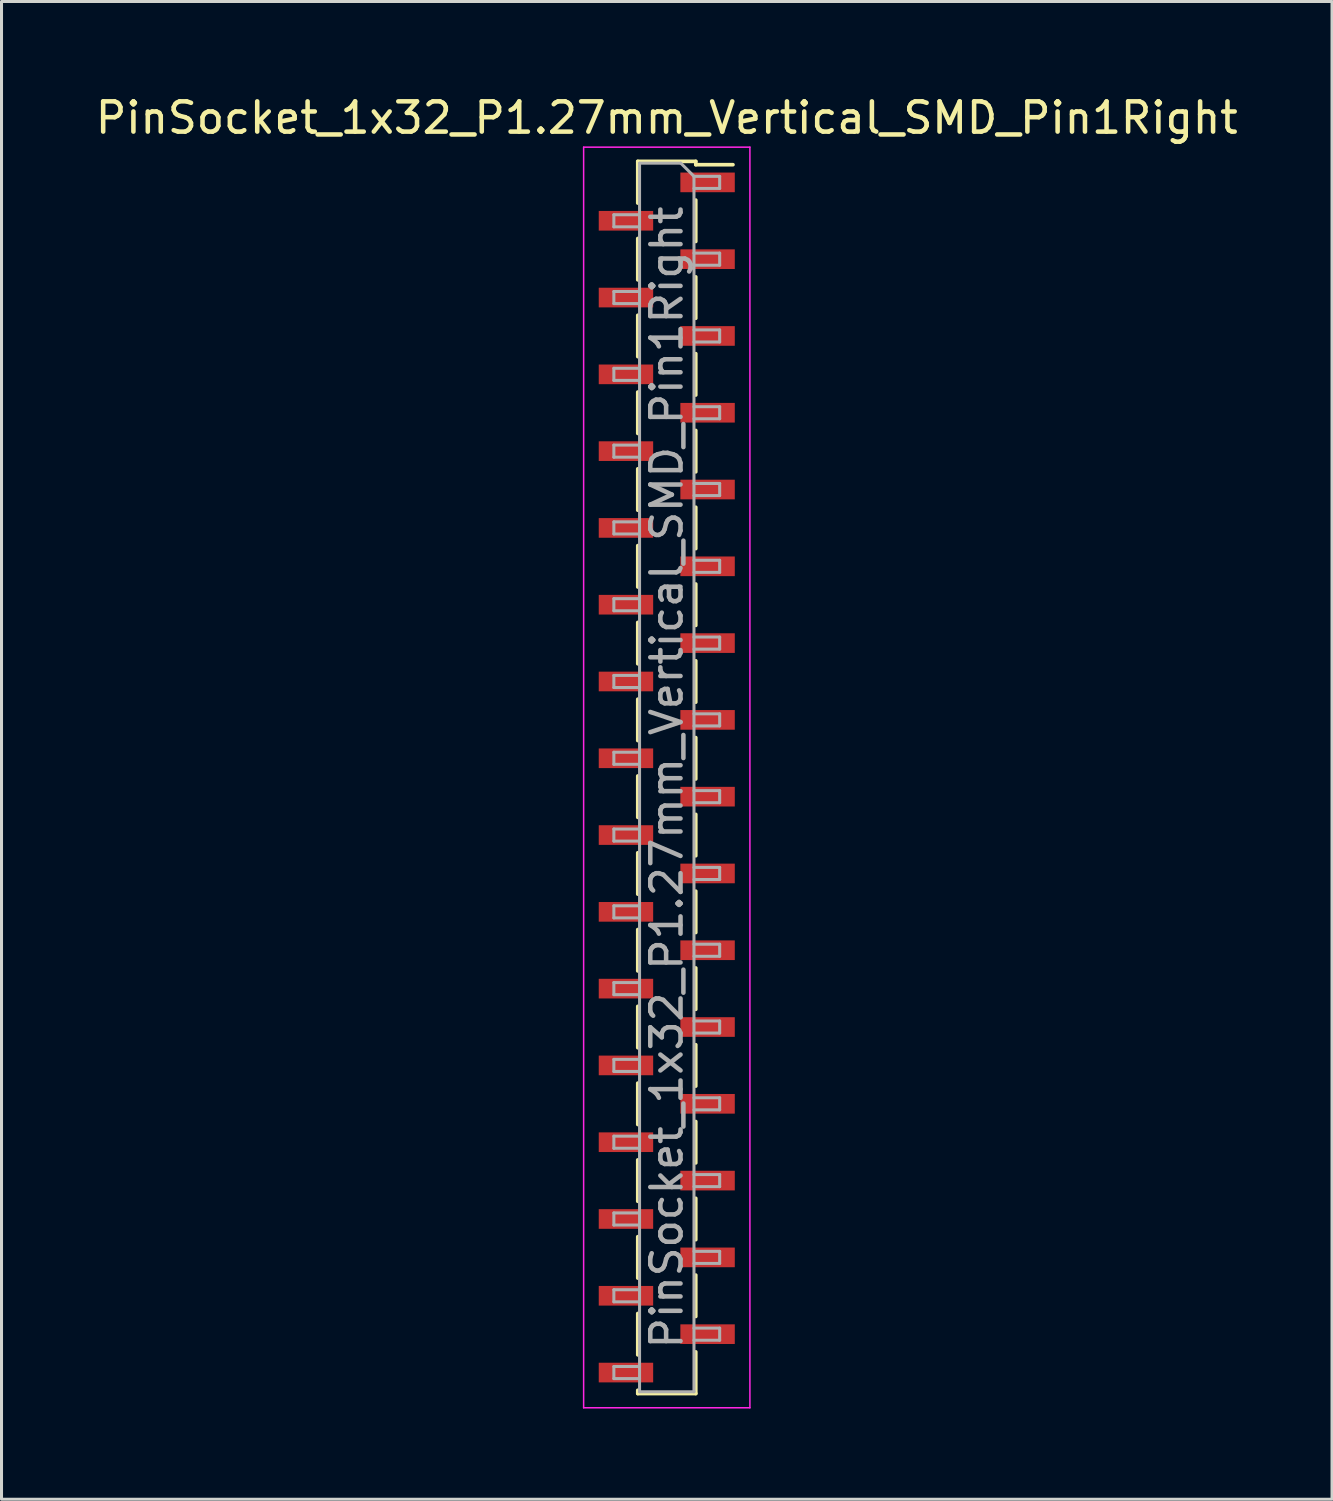
<source format=kicad_pcb>
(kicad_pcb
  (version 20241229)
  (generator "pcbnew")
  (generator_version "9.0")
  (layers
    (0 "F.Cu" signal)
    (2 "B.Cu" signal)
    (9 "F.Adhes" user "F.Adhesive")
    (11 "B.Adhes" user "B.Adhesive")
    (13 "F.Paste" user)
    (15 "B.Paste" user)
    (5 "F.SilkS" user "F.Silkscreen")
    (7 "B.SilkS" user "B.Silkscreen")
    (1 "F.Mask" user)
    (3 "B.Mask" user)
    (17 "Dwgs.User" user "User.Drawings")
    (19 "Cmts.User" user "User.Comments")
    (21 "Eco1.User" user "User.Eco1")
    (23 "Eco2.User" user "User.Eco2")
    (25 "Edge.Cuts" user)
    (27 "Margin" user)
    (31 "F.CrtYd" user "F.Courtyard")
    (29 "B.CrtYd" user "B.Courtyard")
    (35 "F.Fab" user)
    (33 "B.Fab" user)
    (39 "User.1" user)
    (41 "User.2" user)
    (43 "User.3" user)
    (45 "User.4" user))
  (footprint "PinSocket_1x32_P1.27mm_Vertical_SMD_Pin1Right"
    (layer "F.Cu")
    (at 19.006 22.668)
    (property "Reference" "PinSocket_1x32_P1.27mm_Vertical_SMD_Pin1Right" (at 0 -21.82 0) (layer "F.SilkS") (effects (font (size 1 1) (thickness 0.15))))
    (attr smd)
    (fp_line (start -0.96 -20.38) (end -0.96 -19) (stroke (width 0.12) (type solid)) (layer "F.SilkS"))
    (fp_line (start -0.96 -20.38) (end 0.96 -20.38) (stroke (width 0.12) (type solid)) (layer "F.SilkS"))
    (fp_line (start -0.96 -17.83) (end -0.96 -16.46) (stroke (width 0.12) (type solid)) (layer "F.SilkS"))
    (fp_line (start -0.96 -15.29) (end -0.96 -13.92) (stroke (width 0.12) (type solid)) (layer "F.SilkS"))
    (fp_line (start -0.96 -12.75) (end -0.96 -11.38) (stroke (width 0.12) (type solid)) (layer "F.SilkS"))
    (fp_line (start -0.96 -10.21) (end -0.96 -8.84) (stroke (width 0.12) (type solid)) (layer "F.SilkS"))
    (fp_line (start -0.96 -7.67) (end -0.96 -6.3) (stroke (width 0.12) (type solid)) (layer "F.SilkS"))
    (fp_line (start -0.96 -5.13) (end -0.96 -3.76) (stroke (width 0.12) (type solid)) (layer "F.SilkS"))
    (fp_line (start -0.96 -2.59) (end -0.96 -1.22) (stroke (width 0.12) (type solid)) (layer "F.SilkS"))
    (fp_line (start -0.96 -0.05) (end -0.96 1.32) (stroke (width 0.12) (type solid)) (layer "F.SilkS"))
    (fp_line (start -0.96 2.49) (end -0.96 3.86) (stroke (width 0.12) (type solid)) (layer "F.SilkS"))
    (fp_line (start -0.96 5.03) (end -0.96 6.4) (stroke (width 0.12) (type solid)) (layer "F.SilkS"))
    (fp_line (start -0.96 7.57) (end -0.96 8.94) (stroke (width 0.12) (type solid)) (layer "F.SilkS"))
    (fp_line (start -0.96 10.11) (end -0.96 11.48) (stroke (width 0.12) (type solid)) (layer "F.SilkS"))
    (fp_line (start -0.96 12.65) (end -0.96 14.02) (stroke (width 0.12) (type solid)) (layer "F.SilkS"))
    (fp_line (start -0.96 15.19) (end -0.96 16.56) (stroke (width 0.12) (type solid)) (layer "F.SilkS"))
    (fp_line (start -0.96 17.73) (end -0.96 19.1) (stroke (width 0.12) (type solid)) (layer "F.SilkS"))
    (fp_line (start -0.96 20.27) (end -0.96 20.38) (stroke (width 0.12) (type solid)) (layer "F.SilkS"))
    (fp_line (start -0.96 20.38) (end 0.96 20.38) (stroke (width 0.12) (type solid)) (layer "F.SilkS"))
    (fp_line (start 0.96 -20.38) (end 0.96 -20.27) (stroke (width 0.12) (type solid)) (layer "F.SilkS"))
    (fp_line (start 0.96 -20.27) (end 2.19 -20.27) (stroke (width 0.12) (type solid)) (layer "F.SilkS"))
    (fp_line (start 0.96 -19.1) (end 0.96 -17.73) (stroke (width 0.12) (type solid)) (layer "F.SilkS"))
    (fp_line (start 0.96 -16.56) (end 0.96 -15.19) (stroke (width 0.12) (type solid)) (layer "F.SilkS"))
    (fp_line (start 0.96 -14.02) (end 0.96 -12.65) (stroke (width 0.12) (type solid)) (layer "F.SilkS"))
    (fp_line (start 0.96 -11.48) (end 0.96 -10.11) (stroke (width 0.12) (type solid)) (layer "F.SilkS"))
    (fp_line (start 0.96 -8.94) (end 0.96 -7.57) (stroke (width 0.12) (type solid)) (layer "F.SilkS"))
    (fp_line (start 0.96 -6.4) (end 0.96 -5.03) (stroke (width 0.12) (type solid)) (layer "F.SilkS"))
    (fp_line (start 0.96 -3.86) (end 0.96 -2.49) (stroke (width 0.12) (type solid)) (layer "F.SilkS"))
    (fp_line (start 0.96 -1.32) (end 0.96 0.05) (stroke (width 0.12) (type solid)) (layer "F.SilkS"))
    (fp_line (start 0.96 1.22) (end 0.96 2.59) (stroke (width 0.12) (type solid)) (layer "F.SilkS"))
    (fp_line (start 0.96 3.76) (end 0.96 5.13) (stroke (width 0.12) (type solid)) (layer "F.SilkS"))
    (fp_line (start 0.96 6.3) (end 0.96 7.67) (stroke (width 0.12) (type solid)) (layer "F.SilkS"))
    (fp_line (start 0.96 8.84) (end 0.96 10.21) (stroke (width 0.12) (type solid)) (layer "F.SilkS"))
    (fp_line (start 0.96 11.38) (end 0.96 12.75) (stroke (width 0.12) (type solid)) (layer "F.SilkS"))
    (fp_line (start 0.96 13.92) (end 0.96 15.29) (stroke (width 0.12) (type solid)) (layer "F.SilkS"))
    (fp_line (start 0.96 16.46) (end 0.96 17.83) (stroke (width 0.12) (type solid)) (layer "F.SilkS"))
    (fp_line (start 0.96 19) (end 0.96 20.38) (stroke (width 0.12) (type solid)) (layer "F.SilkS"))
    (fp_line (start -2.75 -20.85) (end 2.75 -20.85) (stroke (width 0.05) (type solid)) (layer "F.CrtYd"))
    (fp_line (start -2.75 20.85) (end -2.75 -20.85) (stroke (width 0.05) (type solid)) (layer "F.CrtYd"))
    (fp_line (start 2.75 -20.85) (end 2.75 20.85) (stroke (width 0.05) (type solid)) (layer "F.CrtYd"))
    (fp_line (start 2.75 20.85) (end -2.75 20.85) (stroke (width 0.05) (type solid)) (layer "F.CrtYd"))
    (fp_line (start -1.75 -18.615) (end -0.9 -18.615) (stroke (width 0.1) (type solid)) (layer "F.Fab"))
    (fp_line (start -1.75 -18.215) (end -1.75 -18.615) (stroke (width 0.1) (type solid)) (layer "F.Fab"))
    (fp_line (start -1.75 -16.075) (end -0.9 -16.075) (stroke (width 0.1) (type solid)) (layer "F.Fab"))
    (fp_line (start -1.75 -15.675) (end -1.75 -16.075) (stroke (width 0.1) (type solid)) (layer "F.Fab"))
    (fp_line (start -1.75 -13.535) (end -0.9 -13.535) (stroke (width 0.1) (type solid)) (layer "F.Fab"))
    (fp_line (start -1.75 -13.135) (end -1.75 -13.535) (stroke (width 0.1) (type solid)) (layer "F.Fab"))
    (fp_line (start -1.75 -10.995) (end -0.9 -10.995) (stroke (width 0.1) (type solid)) (layer "F.Fab"))
    (fp_line (start -1.75 -10.595) (end -1.75 -10.995) (stroke (width 0.1) (type solid)) (layer "F.Fab"))
    (fp_line (start -1.75 -8.455) (end -0.9 -8.455) (stroke (width 0.1) (type solid)) (layer "F.Fab"))
    (fp_line (start -1.75 -8.055) (end -1.75 -8.455) (stroke (width 0.1) (type solid)) (layer "F.Fab"))
    (fp_line (start -1.75 -5.915) (end -0.9 -5.915) (stroke (width 0.1) (type solid)) (layer "F.Fab"))
    (fp_line (start -1.75 -5.515) (end -1.75 -5.915) (stroke (width 0.1) (type solid)) (layer "F.Fab"))
    (fp_line (start -1.75 -3.375) (end -0.9 -3.375) (stroke (width 0.1) (type solid)) (layer "F.Fab"))
    (fp_line (start -1.75 -2.975) (end -1.75 -3.375) (stroke (width 0.1) (type solid)) (layer "F.Fab"))
    (fp_line (start -1.75 -0.835) (end -0.9 -0.835) (stroke (width 0.1) (type solid)) (layer "F.Fab"))
    (fp_line (start -1.75 -0.435) (end -1.75 -0.835) (stroke (width 0.1) (type solid)) (layer "F.Fab"))
    (fp_line (start -1.75 1.705) (end -0.9 1.705) (stroke (width 0.1) (type solid)) (layer "F.Fab"))
    (fp_line (start -1.75 2.105) (end -1.75 1.705) (stroke (width 0.1) (type solid)) (layer "F.Fab"))
    (fp_line (start -1.75 4.245) (end -0.9 4.245) (stroke (width 0.1) (type solid)) (layer "F.Fab"))
    (fp_line (start -1.75 4.645) (end -1.75 4.245) (stroke (width 0.1) (type solid)) (layer "F.Fab"))
    (fp_line (start -1.75 6.785) (end -0.9 6.785) (stroke (width 0.1) (type solid)) (layer "F.Fab"))
    (fp_line (start -1.75 7.185) (end -1.75 6.785) (stroke (width 0.1) (type solid)) (layer "F.Fab"))
    (fp_line (start -1.75 9.325) (end -0.9 9.325) (stroke (width 0.1) (type solid)) (layer "F.Fab"))
    (fp_line (start -1.75 9.725) (end -1.75 9.325) (stroke (width 0.1) (type solid)) (layer "F.Fab"))
    (fp_line (start -1.75 11.865) (end -0.9 11.865) (stroke (width 0.1) (type solid)) (layer "F.Fab"))
    (fp_line (start -1.75 12.265) (end -1.75 11.865) (stroke (width 0.1) (type solid)) (layer "F.Fab"))
    (fp_line (start -1.75 14.405) (end -0.9 14.405) (stroke (width 0.1) (type solid)) (layer "F.Fab"))
    (fp_line (start -1.75 14.805) (end -1.75 14.405) (stroke (width 0.1) (type solid)) (layer "F.Fab"))
    (fp_line (start -1.75 16.945) (end -0.9 16.945) (stroke (width 0.1) (type solid)) (layer "F.Fab"))
    (fp_line (start -1.75 17.345) (end -1.75 16.945) (stroke (width 0.1) (type solid)) (layer "F.Fab"))
    (fp_line (start -1.75 19.485) (end -0.9 19.485) (stroke (width 0.1) (type solid)) (layer "F.Fab"))
    (fp_line (start -1.75 19.885) (end -1.75 19.485) (stroke (width 0.1) (type solid)) (layer "F.Fab"))
    (fp_line (start -0.9 -20.32) (end 0.465 -20.32) (stroke (width 0.1) (type solid)) (layer "F.Fab"))
    (fp_line (start -0.9 -18.215) (end -1.75 -18.215) (stroke (width 0.1) (type solid)) (layer "F.Fab"))
    (fp_line (start -0.9 -15.675) (end -1.75 -15.675) (stroke (width 0.1) (type solid)) (layer "F.Fab"))
    (fp_line (start -0.9 -13.135) (end -1.75 -13.135) (stroke (width 0.1) (type solid)) (layer "F.Fab"))
    (fp_line (start -0.9 -10.595) (end -1.75 -10.595) (stroke (width 0.1) (type solid)) (layer "F.Fab"))
    (fp_line (start -0.9 -8.055) (end -1.75 -8.055) (stroke (width 0.1) (type solid)) (layer "F.Fab"))
    (fp_line (start -0.9 -5.515) (end -1.75 -5.515) (stroke (width 0.1) (type solid)) (layer "F.Fab"))
    (fp_line (start -0.9 -2.975) (end -1.75 -2.975) (stroke (width 0.1) (type solid)) (layer "F.Fab"))
    (fp_line (start -0.9 -0.435) (end -1.75 -0.435) (stroke (width 0.1) (type solid)) (layer "F.Fab"))
    (fp_line (start -0.9 2.105) (end -1.75 2.105) (stroke (width 0.1) (type solid)) (layer "F.Fab"))
    (fp_line (start -0.9 4.645) (end -1.75 4.645) (stroke (width 0.1) (type solid)) (layer "F.Fab"))
    (fp_line (start -0.9 7.185) (end -1.75 7.185) (stroke (width 0.1) (type solid)) (layer "F.Fab"))
    (fp_line (start -0.9 9.725) (end -1.75 9.725) (stroke (width 0.1) (type solid)) (layer "F.Fab"))
    (fp_line (start -0.9 12.265) (end -1.75 12.265) (stroke (width 0.1) (type solid)) (layer "F.Fab"))
    (fp_line (start -0.9 14.805) (end -1.75 14.805) (stroke (width 0.1) (type solid)) (layer "F.Fab"))
    (fp_line (start -0.9 17.345) (end -1.75 17.345) (stroke (width 0.1) (type solid)) (layer "F.Fab"))
    (fp_line (start -0.9 19.885) (end -1.75 19.885) (stroke (width 0.1) (type solid)) (layer "F.Fab"))
    (fp_line (start -0.9 20.32) (end -0.9 -20.32) (stroke (width 0.1) (type solid)) (layer "F.Fab"))
    (fp_line (start 0.465 -20.32) (end 0.9 -19.885) (stroke (width 0.1) (type solid)) (layer "F.Fab"))
    (fp_line (start 0.9 -19.885) (end 0.9 20.32) (stroke (width 0.1) (type solid)) (layer "F.Fab"))
    (fp_line (start 0.9 -19.885) (end 1.75 -19.885) (stroke (width 0.1) (type solid)) (layer "F.Fab"))
    (fp_line (start 0.9 -17.345) (end 1.75 -17.345) (stroke (width 0.1) (type solid)) (layer "F.Fab"))
    (fp_line (start 0.9 -14.805) (end 1.75 -14.805) (stroke (width 0.1) (type solid)) (layer "F.Fab"))
    (fp_line (start 0.9 -12.265) (end 1.75 -12.265) (stroke (width 0.1) (type solid)) (layer "F.Fab"))
    (fp_line (start 0.9 -9.725) (end 1.75 -9.725) (stroke (width 0.1) (type solid)) (layer "F.Fab"))
    (fp_line (start 0.9 -7.185) (end 1.75 -7.185) (stroke (width 0.1) (type solid)) (layer "F.Fab"))
    (fp_line (start 0.9 -4.645) (end 1.75 -4.645) (stroke (width 0.1) (type solid)) (layer "F.Fab"))
    (fp_line (start 0.9 -2.105) (end 1.75 -2.105) (stroke (width 0.1) (type solid)) (layer "F.Fab"))
    (fp_line (start 0.9 0.435) (end 1.75 0.435) (stroke (width 0.1) (type solid)) (layer "F.Fab"))
    (fp_line (start 0.9 2.975) (end 1.75 2.975) (stroke (width 0.1) (type solid)) (layer "F.Fab"))
    (fp_line (start 0.9 5.515) (end 1.75 5.515) (stroke (width 0.1) (type solid)) (layer "F.Fab"))
    (fp_line (start 0.9 8.055) (end 1.75 8.055) (stroke (width 0.1) (type solid)) (layer "F.Fab"))
    (fp_line (start 0.9 10.595) (end 1.75 10.595) (stroke (width 0.1) (type solid)) (layer "F.Fab"))
    (fp_line (start 0.9 13.135) (end 1.75 13.135) (stroke (width 0.1) (type solid)) (layer "F.Fab"))
    (fp_line (start 0.9 15.675) (end 1.75 15.675) (stroke (width 0.1) (type solid)) (layer "F.Fab"))
    (fp_line (start 0.9 18.215) (end 1.75 18.215) (stroke (width 0.1) (type solid)) (layer "F.Fab"))
    (fp_line (start 0.9 20.32) (end -0.9 20.32) (stroke (width 0.1) (type solid)) (layer "F.Fab"))
    (fp_line (start 1.75 -19.885) (end 1.75 -19.485) (stroke (width 0.1) (type solid)) (layer "F.Fab"))
    (fp_line (start 1.75 -19.485) (end 0.9 -19.485) (stroke (width 0.1) (type solid)) (layer "F.Fab"))
    (fp_line (start 1.75 -17.345) (end 1.75 -16.945) (stroke (width 0.1) (type solid)) (layer "F.Fab"))
    (fp_line (start 1.75 -16.945) (end 0.9 -16.945) (stroke (width 0.1) (type solid)) (layer "F.Fab"))
    (fp_line (start 1.75 -14.805) (end 1.75 -14.405) (stroke (width 0.1) (type solid)) (layer "F.Fab"))
    (fp_line (start 1.75 -14.405) (end 0.9 -14.405) (stroke (width 0.1) (type solid)) (layer "F.Fab"))
    (fp_line (start 1.75 -12.265) (end 1.75 -11.865) (stroke (width 0.1) (type solid)) (layer "F.Fab"))
    (fp_line (start 1.75 -11.865) (end 0.9 -11.865) (stroke (width 0.1) (type solid)) (layer "F.Fab"))
    (fp_line (start 1.75 -9.725) (end 1.75 -9.325) (stroke (width 0.1) (type solid)) (layer "F.Fab"))
    (fp_line (start 1.75 -9.325) (end 0.9 -9.325) (stroke (width 0.1) (type solid)) (layer "F.Fab"))
    (fp_line (start 1.75 -7.185) (end 1.75 -6.785) (stroke (width 0.1) (type solid)) (layer "F.Fab"))
    (fp_line (start 1.75 -6.785) (end 0.9 -6.785) (stroke (width 0.1) (type solid)) (layer "F.Fab"))
    (fp_line (start 1.75 -4.645) (end 1.75 -4.245) (stroke (width 0.1) (type solid)) (layer "F.Fab"))
    (fp_line (start 1.75 -4.245) (end 0.9 -4.245) (stroke (width 0.1) (type solid)) (layer "F.Fab"))
    (fp_line (start 1.75 -2.105) (end 1.75 -1.705) (stroke (width 0.1) (type solid)) (layer "F.Fab"))
    (fp_line (start 1.75 -1.705) (end 0.9 -1.705) (stroke (width 0.1) (type solid)) (layer "F.Fab"))
    (fp_line (start 1.75 0.435) (end 1.75 0.835) (stroke (width 0.1) (type solid)) (layer "F.Fab"))
    (fp_line (start 1.75 0.835) (end 0.9 0.835) (stroke (width 0.1) (type solid)) (layer "F.Fab"))
    (fp_line (start 1.75 2.975) (end 1.75 3.375) (stroke (width 0.1) (type solid)) (layer "F.Fab"))
    (fp_line (start 1.75 3.375) (end 0.9 3.375) (stroke (width 0.1) (type solid)) (layer "F.Fab"))
    (fp_line (start 1.75 5.515) (end 1.75 5.915) (stroke (width 0.1) (type solid)) (layer "F.Fab"))
    (fp_line (start 1.75 5.915) (end 0.9 5.915) (stroke (width 0.1) (type solid)) (layer "F.Fab"))
    (fp_line (start 1.75 8.055) (end 1.75 8.455) (stroke (width 0.1) (type solid)) (layer "F.Fab"))
    (fp_line (start 1.75 8.455) (end 0.9 8.455) (stroke (width 0.1) (type solid)) (layer "F.Fab"))
    (fp_line (start 1.75 10.595) (end 1.75 10.995) (stroke (width 0.1) (type solid)) (layer "F.Fab"))
    (fp_line (start 1.75 10.995) (end 0.9 10.995) (stroke (width 0.1) (type solid)) (layer "F.Fab"))
    (fp_line (start 1.75 13.135) (end 1.75 13.535) (stroke (width 0.1) (type solid)) (layer "F.Fab"))
    (fp_line (start 1.75 13.535) (end 0.9 13.535) (stroke (width 0.1) (type solid)) (layer "F.Fab"))
    (fp_line (start 1.75 15.675) (end 1.75 16.075) (stroke (width 0.1) (type solid)) (layer "F.Fab"))
    (fp_line (start 1.75 16.075) (end 0.9 16.075) (stroke (width 0.1) (type solid)) (layer "F.Fab"))
    (fp_line (start 1.75 18.215) (end 1.75 18.615) (stroke (width 0.1) (type solid)) (layer "F.Fab"))
    (fp_line (start 1.75 18.615) (end 0.9 18.615) (stroke (width 0.1) (type solid)) (layer "F.Fab"))
    (fp_text user "${REFERENCE}" (at 0 0 90) (layer "F.Fab") (effects (font (size 1 1) (thickness 0.15))))
    (pad "1" smd rect (at 1.35 -19.685) (size 1.8 0.65) (layers "F.Cu" "F.Mask" "F.Paste"))
    (pad "2" smd rect (at -1.35 -18.415) (size 1.8 0.65) (layers "F.Cu" "F.Mask" "F.Paste"))
    (pad "3" smd rect (at 1.35 -17.145) (size 1.8 0.65) (layers "F.Cu" "F.Mask" "F.Paste"))
    (pad "4" smd rect (at -1.35 -15.875) (size 1.8 0.65) (layers "F.Cu" "F.Mask" "F.Paste"))
    (pad "5" smd rect (at 1.35 -14.605) (size 1.8 0.65) (layers "F.Cu" "F.Mask" "F.Paste"))
    (pad "6" smd rect (at -1.35 -13.335) (size 1.8 0.65) (layers "F.Cu" "F.Mask" "F.Paste"))
    (pad "7" smd rect (at 1.35 -12.065) (size 1.8 0.65) (layers "F.Cu" "F.Mask" "F.Paste"))
    (pad "8" smd rect (at -1.35 -10.795) (size 1.8 0.65) (layers "F.Cu" "F.Mask" "F.Paste"))
    (pad "9" smd rect (at 1.35 -9.525) (size 1.8 0.65) (layers "F.Cu" "F.Mask" "F.Paste"))
    (pad "10" smd rect (at -1.35 -8.255) (size 1.8 0.65) (layers "F.Cu" "F.Mask" "F.Paste"))
    (pad "11" smd rect (at 1.35 -6.985) (size 1.8 0.65) (layers "F.Cu" "F.Mask" "F.Paste"))
    (pad "12" smd rect (at -1.35 -5.715) (size 1.8 0.65) (layers "F.Cu" "F.Mask" "F.Paste"))
    (pad "13" smd rect (at 1.35 -4.445) (size 1.8 0.65) (layers "F.Cu" "F.Mask" "F.Paste"))
    (pad "14" smd rect (at -1.35 -3.175) (size 1.8 0.65) (layers "F.Cu" "F.Mask" "F.Paste"))
    (pad "15" smd rect (at 1.35 -1.905) (size 1.8 0.65) (layers "F.Cu" "F.Mask" "F.Paste"))
    (pad "16" smd rect (at -1.35 -0.635) (size 1.8 0.65) (layers "F.Cu" "F.Mask" "F.Paste"))
    (pad "17" smd rect (at 1.35 0.635) (size 1.8 0.65) (layers "F.Cu" "F.Mask" "F.Paste"))
    (pad "18" smd rect (at -1.35 1.905) (size 1.8 0.65) (layers "F.Cu" "F.Mask" "F.Paste"))
    (pad "19" smd rect (at 1.35 3.175) (size 1.8 0.65) (layers "F.Cu" "F.Mask" "F.Paste"))
    (pad "20" smd rect (at -1.35 4.445) (size 1.8 0.65) (layers "F.Cu" "F.Mask" "F.Paste"))
    (pad "21" smd rect (at 1.35 5.715) (size 1.8 0.65) (layers "F.Cu" "F.Mask" "F.Paste"))
    (pad "22" smd rect (at -1.35 6.985) (size 1.8 0.65) (layers "F.Cu" "F.Mask" "F.Paste"))
    (pad "23" smd rect (at 1.35 8.255) (size 1.8 0.65) (layers "F.Cu" "F.Mask" "F.Paste"))
    (pad "24" smd rect (at -1.35 9.525) (size 1.8 0.65) (layers "F.Cu" "F.Mask" "F.Paste"))
    (pad "25" smd rect (at 1.35 10.795) (size 1.8 0.65) (layers "F.Cu" "F.Mask" "F.Paste"))
    (pad "26" smd rect (at -1.35 12.065) (size 1.8 0.65) (layers "F.Cu" "F.Mask" "F.Paste"))
    (pad "27" smd rect (at 1.35 13.335) (size 1.8 0.65) (layers "F.Cu" "F.Mask" "F.Paste"))
    (pad "28" smd rect (at -1.35 14.605) (size 1.8 0.65) (layers "F.Cu" "F.Mask" "F.Paste"))
    (pad "29" smd rect (at 1.35 15.875) (size 1.8 0.65) (layers "F.Cu" "F.Mask" "F.Paste"))
    (pad "30" smd rect (at -1.35 17.145) (size 1.8 0.65) (layers "F.Cu" "F.Mask" "F.Paste"))
    (pad "31" smd rect (at 1.35 18.415) (size 1.8 0.65) (layers "F.Cu" "F.Mask" "F.Paste"))
    (pad "32" smd rect (at -1.35 19.685) (size 1.8 0.65) (layers "F.Cu" "F.Mask" "F.Paste")))
  (gr_rect
    (start -3 -3)
    (end 41.012 46.543)
    (stroke (width 0.1) (type default))
    (fill no)
    (layer "Edge.Cuts")))
</source>
